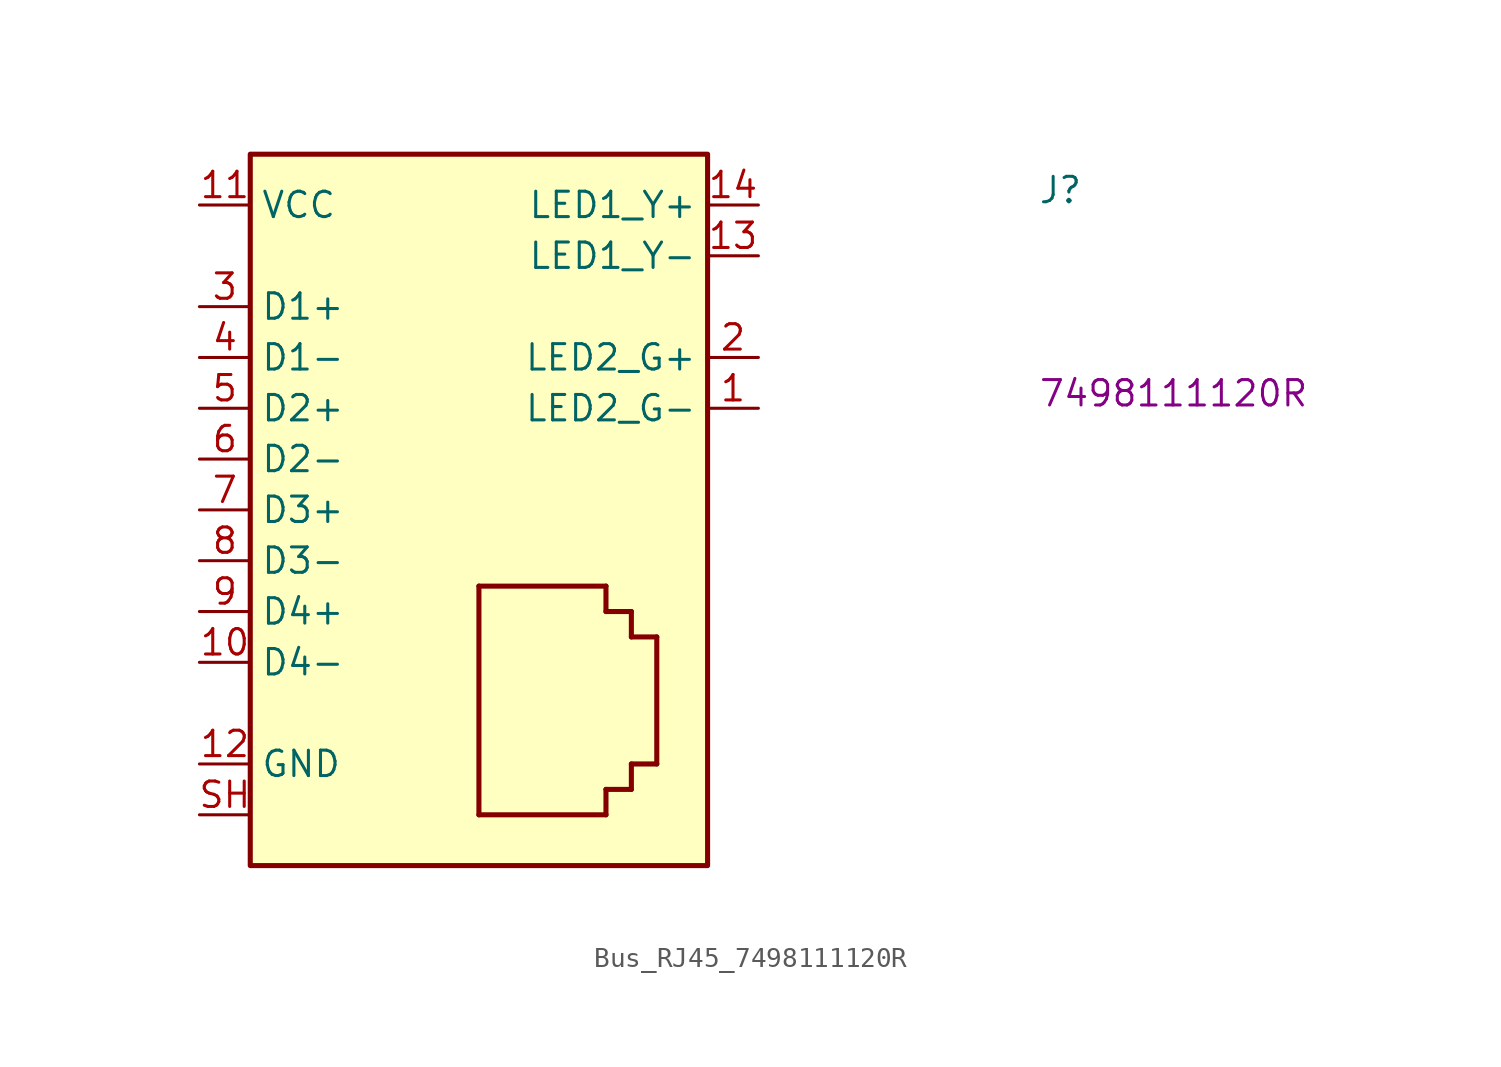
<source format=kicad_sym>
(kicad_symbol_lib
  (version 20220914)
  (generator kicad_symbol_editor)
  (symbol "Bus_RJ45_7498111120R"
    (property "Reference" "J"
      (at 41.91 0 0)
      (effects (font (size 1.27 1.27) (thickness 0.15)) (justify left bottom)))
    (property "MPN" "7498111120R"
      (at 41.91 -10.16 0)
      (effects (font (size 1.27 1.27) (thickness 0.15)) (justify left bottom)))
    (symbol "Bus_RJ45_7498111120R_1_1"
      (polyline (pts (xy 13.97 -30.48) (xy 13.97 -19.05)) (stroke (width 0.254) (type default)) (fill (type background)))
      (polyline (pts (xy 13.97 -19.05) (xy 20.32 -19.05)) (stroke (width 0.254) (type default)) (fill (type background)))
      (polyline (pts (xy 20.32 -30.48) (xy 13.97 -30.48)) (stroke (width 0.254) (type default)) (fill (type background)))
      (polyline (pts (xy 20.32 -30.48) (xy 20.32 -29.21)) (stroke (width 0.254) (type default)) (fill (type background)))
      (polyline (pts (xy 20.32 -29.21) (xy 21.59 -29.21)) (stroke (width 0.254) (type default)) (fill (type background)))
      (polyline (pts (xy 20.32 -20.32) (xy 21.59 -20.32)) (stroke (width 0.254) (type default)) (fill (type background)))
      (polyline (pts (xy 20.32 -19.05) (xy 20.32 -20.32)) (stroke (width 0.254) (type default)) (fill (type background)))
      (polyline (pts (xy 21.59 -29.21) (xy 21.59 -27.94)) (stroke (width 0.254) (type default)) (fill (type background)))
      (polyline (pts (xy 21.59 -27.94) (xy 22.86 -27.94)) (stroke (width 0.254) (type default)) (fill (type background)))
      (polyline (pts (xy 21.59 -21.59) (xy 22.86 -21.59)) (stroke (width 0.254) (type default)) (fill (type background)))
      (polyline (pts (xy 21.59 -20.32) (xy 21.59 -21.59)) (stroke (width 0.254) (type default)) (fill (type background)))
      (polyline (pts (xy 22.86 -21.59) (xy 22.86 -27.94)) (stroke (width 0.254) (type default)) (fill (type background)))
      (rectangle (start 2.54 2.54) (end 25.4 -33.02) (stroke (width 0.254) (type default)) (fill (type background)))
      (pin passive line (at 27.94 -10.16 180) (length 2.54) (name "LED2_G-" (effects (font (size 1.27 1.27)))) (number "1" (effects (font (size 1.27 1.27)))))
      (pin bidirectional line (at 0 -22.86 0) (length 2.54) (name "D4-" (effects (font (size 1.27 1.27)))) (number "10" (effects (font (size 1.27 1.27)))))
      (pin power_in line (at 0 0 0) (length 2.54) (name "VCC" (effects (font (size 1.27 1.27)))) (number "11" (effects (font (size 1.27 1.27)))))
      (pin power_in line (at 0 -27.94 0) (length 2.54) (name "GND" (effects (font (size 1.27 1.27)))) (number "12" (effects (font (size 1.27 1.27)))))
      (pin passive line (at 27.94 -2.54 180) (length 2.54) (name "LED1_Y-" (effects (font (size 1.27 1.27)))) (number "13" (effects (font (size 1.27 1.27)))))
      (pin passive line (at 27.94 0 180) (length 2.54) (name "LED1_Y+" (effects (font (size 1.27 1.27)))) (number "14" (effects (font (size 1.27 1.27)))))
      (pin passive line (at 27.94 -7.62 180) (length 2.54) (name "LED2_G+" (effects (font (size 1.27 1.27)))) (number "2" (effects (font (size 1.27 1.27)))))
      (pin bidirectional line (at 0 -5.08 0) (length 2.54) (name "D1+" (effects (font (size 1.27 1.27)))) (number "3" (effects (font (size 1.27 1.27)))))
      (pin bidirectional line (at 0 -7.62 0) (length 2.54) (name "D1-" (effects (font (size 1.27 1.27)))) (number "4" (effects (font (size 1.27 1.27)))))
      (pin bidirectional line (at 0 -10.16 0) (length 2.54) (name "D2+" (effects (font (size 1.27 1.27)))) (number "5" (effects (font (size 1.27 1.27)))))
      (pin bidirectional line (at 0 -12.7 0) (length 2.54) (name "D2-" (effects (font (size 1.27 1.27)))) (number "6" (effects (font (size 1.27 1.27)))))
      (pin bidirectional line (at 0 -15.24 0) (length 2.54) (name "D3+" (effects (font (size 1.27 1.27)))) (number "7" (effects (font (size 1.27 1.27)))))
      (pin bidirectional line (at 0 -17.78 0) (length 2.54) (name "D3-" (effects (font (size 1.27 1.27)))) (number "8" (effects (font (size 1.27 1.27)))))
      (pin bidirectional line (at 0 -20.32 0) (length 2.54) (name "D4+" (effects (font (size 1.27 1.27)))) (number "9" (effects (font (size 1.27 1.27)))))
      (pin passive line (at 0 -30.48 0) (length 2.54) (name "~" (effects (font (size 1.27 1.27)))) (number "SH" (effects (font (size 1.27 1.27))))))))
</source>
